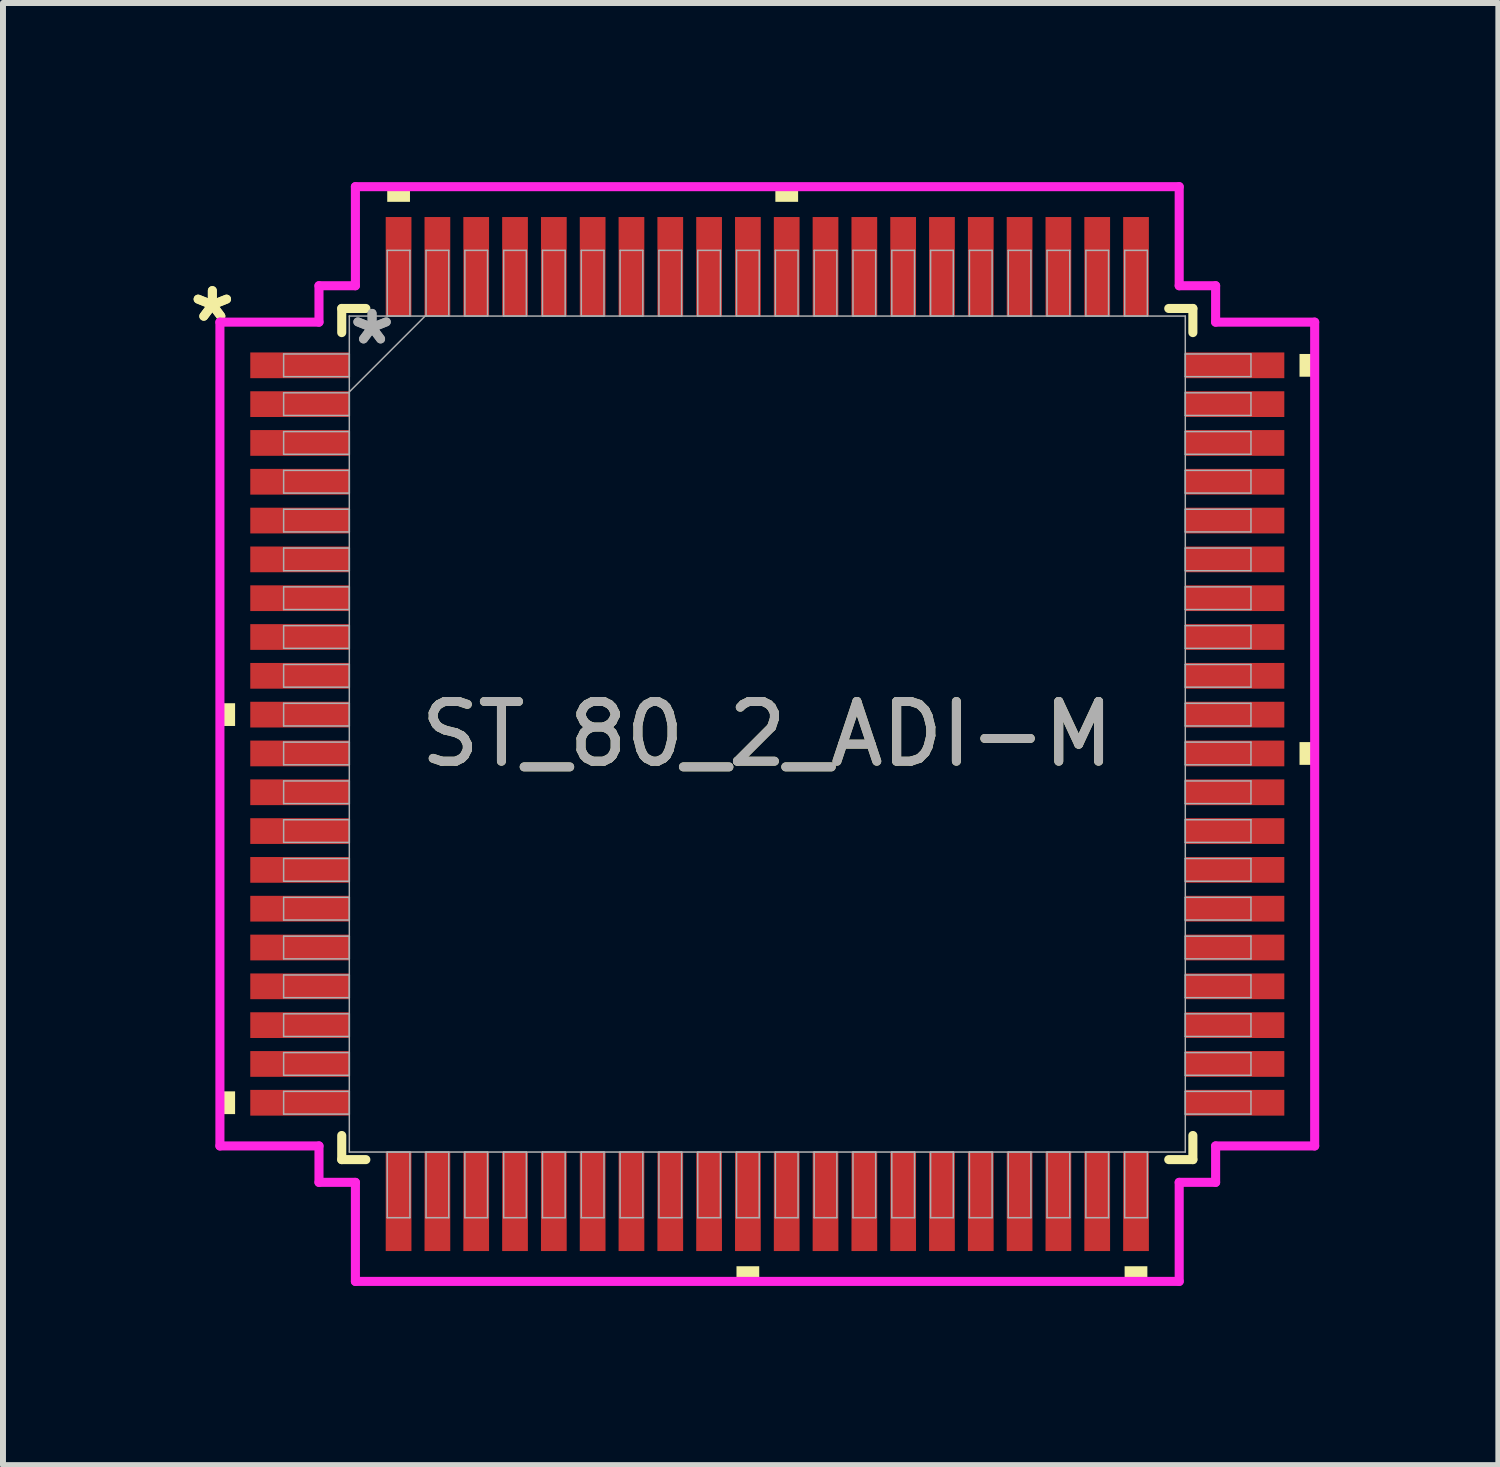
<source format=kicad_pcb>
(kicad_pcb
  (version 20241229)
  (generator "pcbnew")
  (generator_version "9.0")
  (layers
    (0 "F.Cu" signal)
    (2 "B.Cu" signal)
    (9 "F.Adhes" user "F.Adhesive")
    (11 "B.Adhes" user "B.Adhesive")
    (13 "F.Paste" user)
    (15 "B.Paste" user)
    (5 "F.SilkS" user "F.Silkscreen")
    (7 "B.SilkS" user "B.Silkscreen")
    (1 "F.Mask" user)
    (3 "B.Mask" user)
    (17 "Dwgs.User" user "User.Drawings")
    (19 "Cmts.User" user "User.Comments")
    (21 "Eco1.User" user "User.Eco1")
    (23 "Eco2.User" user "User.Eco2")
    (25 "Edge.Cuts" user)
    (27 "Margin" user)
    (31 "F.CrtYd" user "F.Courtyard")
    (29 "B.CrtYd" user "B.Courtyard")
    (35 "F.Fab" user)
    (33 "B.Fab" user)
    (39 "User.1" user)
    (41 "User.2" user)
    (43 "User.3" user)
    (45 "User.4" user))
  (footprint "ST_80_2_ADI-M"
    (layer "F.Cu")
    (at 9.8 9.243)
    (property "Reference" "ST_80_2_ADI-M" (at 0 0 0) (unlocked yes) (layer "F.SilkS") (effects (font (size 1 1) (thickness 0.15))))
    (attr smd)
    (fp_line (start -7.127 -7.127) (end -7.127 -6.723) (stroke (width 0.152) (type solid)) (layer "F.SilkS"))
    (fp_line (start -7.127 6.723) (end -7.127 7.127) (stroke (width 0.152) (type solid)) (layer "F.SilkS"))
    (fp_line (start -7.127 7.127) (end -6.723 7.127) (stroke (width 0.152) (type solid)) (layer "F.SilkS"))
    (fp_line (start -6.723 -7.127) (end -7.127 -7.127) (stroke (width 0.152) (type solid)) (layer "F.SilkS"))
    (fp_line (start 6.723 7.127) (end 7.127 7.127) (stroke (width 0.152) (type solid)) (layer "F.SilkS"))
    (fp_line (start 7.127 -7.127) (end 6.723 -7.127) (stroke (width 0.152) (type solid)) (layer "F.SilkS"))
    (fp_line (start 7.127 -6.723) (end 7.127 -7.127) (stroke (width 0.152) (type solid)) (layer "F.SilkS"))
    (fp_line (start 7.127 7.127) (end 7.127 6.723) (stroke (width 0.152) (type solid)) (layer "F.SilkS"))
    (fp_poly (pts (xy -9.167 -0.516) (xy -9.167 -0.135) (xy -8.913 -0.135) (xy -8.913 -0.516)) (stroke (width 0) (type solid)) (fill yes) (layer "F.SilkS"))
    (fp_poly (pts (xy -9.167 5.984) (xy -9.167 6.365) (xy -8.913 6.365) (xy -8.913 5.984)) (stroke (width 0) (type solid)) (fill yes) (layer "F.SilkS"))
    (fp_poly (pts (xy -6.365 -8.913) (xy -6.365 -9.167) (xy -5.984 -9.167) (xy -5.984 -8.913)) (stroke (width 0) (type solid)) (fill yes) (layer "F.SilkS"))
    (fp_poly (pts (xy -0.516 8.913) (xy -0.516 9.167) (xy -0.135 9.167) (xy -0.135 8.913)) (stroke (width 0) (type solid)) (fill yes) (layer "F.SilkS"))
    (fp_poly (pts (xy 0.135 -8.913) (xy 0.135 -9.167) (xy 0.516 -9.167) (xy 0.516 -8.913)) (stroke (width 0) (type solid)) (fill yes) (layer "F.SilkS"))
    (fp_poly (pts (xy 5.984 8.913) (xy 5.984 9.167) (xy 6.365 9.167) (xy 6.365 8.913)) (stroke (width 0) (type solid)) (fill yes) (layer "F.SilkS"))
    (fp_poly (pts (xy 9.167 -6.365) (xy 9.167 -5.984) (xy 8.913 -5.984) (xy 8.913 -6.365)) (stroke (width 0) (type solid)) (fill yes) (layer "F.SilkS"))
    (fp_poly (pts (xy 9.167 0.135) (xy 9.167 0.516) (xy 8.913 0.516) (xy 8.913 0.135)) (stroke (width 0) (type solid)) (fill yes) (layer "F.SilkS"))
    (fp_line (start -9.167 -6.898) (end -7.508 -6.898) (stroke (width 0.152) (type solid)) (layer "F.CrtYd"))
    (fp_line (start -9.167 6.898) (end -9.167 -6.898) (stroke (width 0.152) (type solid)) (layer "F.CrtYd"))
    (fp_line (start -7.508 -7.508) (end -6.898 -7.508) (stroke (width 0.152) (type solid)) (layer "F.CrtYd"))
    (fp_line (start -7.508 -6.898) (end -7.508 -7.508) (stroke (width 0.152) (type solid)) (layer "F.CrtYd"))
    (fp_line (start -7.508 6.898) (end -9.167 6.898) (stroke (width 0.152) (type solid)) (layer "F.CrtYd"))
    (fp_line (start -7.508 7.508) (end -7.508 6.898) (stroke (width 0.152) (type solid)) (layer "F.CrtYd"))
    (fp_line (start -7.508 7.508) (end -6.898 7.508) (stroke (width 0.152) (type solid)) (layer "F.CrtYd"))
    (fp_line (start -6.898 -9.167) (end 6.898 -9.167) (stroke (width 0.152) (type solid)) (layer "F.CrtYd"))
    (fp_line (start -6.898 -7.508) (end -6.898 -9.167) (stroke (width 0.152) (type solid)) (layer "F.CrtYd"))
    (fp_line (start -6.898 7.508) (end -6.898 9.167) (stroke (width 0.152) (type solid)) (layer "F.CrtYd"))
    (fp_line (start -6.898 9.167) (end 6.898 9.167) (stroke (width 0.152) (type solid)) (layer "F.CrtYd"))
    (fp_line (start 6.898 -9.167) (end 6.898 -7.508) (stroke (width 0.152) (type solid)) (layer "F.CrtYd"))
    (fp_line (start 6.898 -7.508) (end 7.508 -7.508) (stroke (width 0.152) (type solid)) (layer "F.CrtYd"))
    (fp_line (start 6.898 7.508) (end 7.508 7.508) (stroke (width 0.152) (type solid)) (layer "F.CrtYd"))
    (fp_line (start 6.898 9.167) (end 6.898 7.508) (stroke (width 0.152) (type solid)) (layer "F.CrtYd"))
    (fp_line (start 7.508 -6.898) (end 7.508 -7.508) (stroke (width 0.152) (type solid)) (layer "F.CrtYd"))
    (fp_line (start 7.508 6.898) (end 9.167 6.898) (stroke (width 0.152) (type solid)) (layer "F.CrtYd"))
    (fp_line (start 7.508 7.508) (end 7.508 6.898) (stroke (width 0.152) (type solid)) (layer "F.CrtYd"))
    (fp_line (start 9.167 -6.898) (end 7.508 -6.898) (stroke (width 0.152) (type solid)) (layer "F.CrtYd"))
    (fp_line (start 9.167 6.898) (end 9.167 -6.898) (stroke (width 0.152) (type solid)) (layer "F.CrtYd"))
    (fp_line (start -8.1 -6.365) (end -8.1 -5.985) (stroke (width 0.025) (type solid)) (layer "F.Fab"))
    (fp_line (start -8.1 -5.985) (end -7 -5.985) (stroke (width 0.025) (type solid)) (layer "F.Fab"))
    (fp_line (start -8.1 -5.715) (end -8.1 -5.335) (stroke (width 0.025) (type solid)) (layer "F.Fab"))
    (fp_line (start -8.1 -5.335) (end -7 -5.335) (stroke (width 0.025) (type solid)) (layer "F.Fab"))
    (fp_line (start -8.1 -5.065) (end -8.1 -4.685) (stroke (width 0.025) (type solid)) (layer "F.Fab"))
    (fp_line (start -8.1 -4.685) (end -7 -4.685) (stroke (width 0.025) (type solid)) (layer "F.Fab"))
    (fp_line (start -8.1 -4.415) (end -8.1 -4.035) (stroke (width 0.025) (type solid)) (layer "F.Fab"))
    (fp_line (start -8.1 -4.035) (end -7 -4.035) (stroke (width 0.025) (type solid)) (layer "F.Fab"))
    (fp_line (start -8.1 -3.765) (end -8.1 -3.385) (stroke (width 0.025) (type solid)) (layer "F.Fab"))
    (fp_line (start -8.1 -3.385) (end -7 -3.385) (stroke (width 0.025) (type solid)) (layer "F.Fab"))
    (fp_line (start -8.1 -3.115) (end -8.1 -2.735) (stroke (width 0.025) (type solid)) (layer "F.Fab"))
    (fp_line (start -8.1 -2.735) (end -7 -2.735) (stroke (width 0.025) (type solid)) (layer "F.Fab"))
    (fp_line (start -8.1 -2.465) (end -8.1 -2.085) (stroke (width 0.025) (type solid)) (layer "F.Fab"))
    (fp_line (start -8.1 -2.085) (end -7 -2.085) (stroke (width 0.025) (type solid)) (layer "F.Fab"))
    (fp_line (start -8.1 -1.815) (end -8.1 -1.435) (stroke (width 0.025) (type solid)) (layer "F.Fab"))
    (fp_line (start -8.1 -1.435) (end -7 -1.435) (stroke (width 0.025) (type solid)) (layer "F.Fab"))
    (fp_line (start -8.1 -1.165) (end -8.1 -0.785) (stroke (width 0.025) (type solid)) (layer "F.Fab"))
    (fp_line (start -8.1 -0.785) (end -7 -0.785) (stroke (width 0.025) (type solid)) (layer "F.Fab"))
    (fp_line (start -8.1 -0.515) (end -8.1 -0.135) (stroke (width 0.025) (type solid)) (layer "F.Fab"))
    (fp_line (start -8.1 -0.135) (end -7 -0.135) (stroke (width 0.025) (type solid)) (layer "F.Fab"))
    (fp_line (start -8.1 0.135) (end -8.1 0.515) (stroke (width 0.025) (type solid)) (layer "F.Fab"))
    (fp_line (start -8.1 0.515) (end -7 0.515) (stroke (width 0.025) (type solid)) (layer "F.Fab"))
    (fp_line (start -8.1 0.785) (end -8.1 1.165) (stroke (width 0.025) (type solid)) (layer "F.Fab"))
    (fp_line (start -8.1 1.165) (end -7 1.165) (stroke (width 0.025) (type solid)) (layer "F.Fab"))
    (fp_line (start -8.1 1.435) (end -8.1 1.815) (stroke (width 0.025) (type solid)) (layer "F.Fab"))
    (fp_line (start -8.1 1.815) (end -7 1.815) (stroke (width 0.025) (type solid)) (layer "F.Fab"))
    (fp_line (start -8.1 2.085) (end -8.1 2.465) (stroke (width 0.025) (type solid)) (layer "F.Fab"))
    (fp_line (start -8.1 2.465) (end -7 2.465) (stroke (width 0.025) (type solid)) (layer "F.Fab"))
    (fp_line (start -8.1 2.735) (end -8.1 3.115) (stroke (width 0.025) (type solid)) (layer "F.Fab"))
    (fp_line (start -8.1 3.115) (end -7 3.115) (stroke (width 0.025) (type solid)) (layer "F.Fab"))
    (fp_line (start -8.1 3.385) (end -8.1 3.765) (stroke (width 0.025) (type solid)) (layer "F.Fab"))
    (fp_line (start -8.1 3.765) (end -7 3.765) (stroke (width 0.025) (type solid)) (layer "F.Fab"))
    (fp_line (start -8.1 4.035) (end -8.1 4.415) (stroke (width 0.025) (type solid)) (layer "F.Fab"))
    (fp_line (start -8.1 4.415) (end -7 4.415) (stroke (width 0.025) (type solid)) (layer "F.Fab"))
    (fp_line (start -8.1 4.685) (end -8.1 5.065) (stroke (width 0.025) (type solid)) (layer "F.Fab"))
    (fp_line (start -8.1 5.065) (end -7 5.065) (stroke (width 0.025) (type solid)) (layer "F.Fab"))
    (fp_line (start -8.1 5.335) (end -8.1 5.715) (stroke (width 0.025) (type solid)) (layer "F.Fab"))
    (fp_line (start -8.1 5.715) (end -7 5.715) (stroke (width 0.025) (type solid)) (layer "F.Fab"))
    (fp_line (start -8.1 5.985) (end -8.1 6.365) (stroke (width 0.025) (type solid)) (layer "F.Fab"))
    (fp_line (start -8.1 6.365) (end -7 6.365) (stroke (width 0.025) (type solid)) (layer "F.Fab"))
    (fp_line (start -7 -7) (end -7 7) (stroke (width 0.025) (type solid)) (layer "F.Fab"))
    (fp_line (start -7 -6.365) (end -8.1 -6.365) (stroke (width 0.025) (type solid)) (layer "F.Fab"))
    (fp_line (start -7 -5.985) (end -7 -6.365) (stroke (width 0.025) (type solid)) (layer "F.Fab"))
    (fp_line (start -7 -5.73) (end -5.73 -7) (stroke (width 0.025) (type solid)) (layer "F.Fab"))
    (fp_line (start -7 -5.715) (end -8.1 -5.715) (stroke (width 0.025) (type solid)) (layer "F.Fab"))
    (fp_line (start -7 -5.335) (end -7 -5.715) (stroke (width 0.025) (type solid)) (layer "F.Fab"))
    (fp_line (start -7 -5.065) (end -8.1 -5.065) (stroke (width 0.025) (type solid)) (layer "F.Fab"))
    (fp_line (start -7 -4.685) (end -7 -5.065) (stroke (width 0.025) (type solid)) (layer "F.Fab"))
    (fp_line (start -7 -4.415) (end -8.1 -4.415) (stroke (width 0.025) (type solid)) (layer "F.Fab"))
    (fp_line (start -7 -4.035) (end -7 -4.415) (stroke (width 0.025) (type solid)) (layer "F.Fab"))
    (fp_line (start -7 -3.765) (end -8.1 -3.765) (stroke (width 0.025) (type solid)) (layer "F.Fab"))
    (fp_line (start -7 -3.385) (end -7 -3.765) (stroke (width 0.025) (type solid)) (layer "F.Fab"))
    (fp_line (start -7 -3.115) (end -8.1 -3.115) (stroke (width 0.025) (type solid)) (layer "F.Fab"))
    (fp_line (start -7 -2.735) (end -7 -3.115) (stroke (width 0.025) (type solid)) (layer "F.Fab"))
    (fp_line (start -7 -2.465) (end -8.1 -2.465) (stroke (width 0.025) (type solid)) (layer "F.Fab"))
    (fp_line (start -7 -2.085) (end -7 -2.465) (stroke (width 0.025) (type solid)) (layer "F.Fab"))
    (fp_line (start -7 -1.815) (end -8.1 -1.815) (stroke (width 0.025) (type solid)) (layer "F.Fab"))
    (fp_line (start -7 -1.435) (end -7 -1.815) (stroke (width 0.025) (type solid)) (layer "F.Fab"))
    (fp_line (start -7 -1.165) (end -8.1 -1.165) (stroke (width 0.025) (type solid)) (layer "F.Fab"))
    (fp_line (start -7 -0.785) (end -7 -1.165) (stroke (width 0.025) (type solid)) (layer "F.Fab"))
    (fp_line (start -7 -0.515) (end -8.1 -0.515) (stroke (width 0.025) (type solid)) (layer "F.Fab"))
    (fp_line (start -7 -0.135) (end -7 -0.515) (stroke (width 0.025) (type solid)) (layer "F.Fab"))
    (fp_line (start -7 0.135) (end -8.1 0.135) (stroke (width 0.025) (type solid)) (layer "F.Fab"))
    (fp_line (start -7 0.515) (end -7 0.135) (stroke (width 0.025) (type solid)) (layer "F.Fab"))
    (fp_line (start -7 0.785) (end -8.1 0.785) (stroke (width 0.025) (type solid)) (layer "F.Fab"))
    (fp_line (start -7 1.165) (end -7 0.785) (stroke (width 0.025) (type solid)) (layer "F.Fab"))
    (fp_line (start -7 1.435) (end -8.1 1.435) (stroke (width 0.025) (type solid)) (layer "F.Fab"))
    (fp_line (start -7 1.815) (end -7 1.435) (stroke (width 0.025) (type solid)) (layer "F.Fab"))
    (fp_line (start -7 2.085) (end -8.1 2.085) (stroke (width 0.025) (type solid)) (layer "F.Fab"))
    (fp_line (start -7 2.465) (end -7 2.085) (stroke (width 0.025) (type solid)) (layer "F.Fab"))
    (fp_line (start -7 2.735) (end -8.1 2.735) (stroke (width 0.025) (type solid)) (layer "F.Fab"))
    (fp_line (start -7 3.115) (end -7 2.735) (stroke (width 0.025) (type solid)) (layer "F.Fab"))
    (fp_line (start -7 3.385) (end -8.1 3.385) (stroke (width 0.025) (type solid)) (layer "F.Fab"))
    (fp_line (start -7 3.765) (end -7 3.385) (stroke (width 0.025) (type solid)) (layer "F.Fab"))
    (fp_line (start -7 4.035) (end -8.1 4.035) (stroke (width 0.025) (type solid)) (layer "F.Fab"))
    (fp_line (start -7 4.415) (end -7 4.035) (stroke (width 0.025) (type solid)) (layer "F.Fab"))
    (fp_line (start -7 4.685) (end -8.1 4.685) (stroke (width 0.025) (type solid)) (layer "F.Fab"))
    (fp_line (start -7 5.065) (end -7 4.685) (stroke (width 0.025) (type solid)) (layer "F.Fab"))
    (fp_line (start -7 5.335) (end -8.1 5.335) (stroke (width 0.025) (type solid)) (layer "F.Fab"))
    (fp_line (start -7 5.715) (end -7 5.335) (stroke (width 0.025) (type solid)) (layer "F.Fab"))
    (fp_line (start -7 5.985) (end -8.1 5.985) (stroke (width 0.025) (type solid)) (layer "F.Fab"))
    (fp_line (start -7 6.365) (end -7 5.985) (stroke (width 0.025) (type solid)) (layer "F.Fab"))
    (fp_line (start -7 7) (end 7 7) (stroke (width 0.025) (type solid)) (layer "F.Fab"))
    (fp_line (start -6.365 7) (end -6.365 8.1) (stroke (width 0.025) (type solid)) (layer "F.Fab"))
    (fp_line (start -6.365 8.1) (end -5.985 8.1) (stroke (width 0.025) (type solid)) (layer "F.Fab"))
    (fp_line (start -6.365 -8.1) (end -6.365 -7) (stroke (width 0.025) (type solid)) (layer "F.Fab"))
    (fp_line (start -6.365 -7) (end -5.985 -7) (stroke (width 0.025) (type solid)) (layer "F.Fab"))
    (fp_line (start -5.985 7) (end -6.365 7) (stroke (width 0.025) (type solid)) (layer "F.Fab"))
    (fp_line (start -5.985 8.1) (end -5.985 7) (stroke (width 0.025) (type solid)) (layer "F.Fab"))
    (fp_line (start -5.985 -8.1) (end -6.365 -8.1) (stroke (width 0.025) (type solid)) (layer "F.Fab"))
    (fp_line (start -5.985 -7) (end -5.985 -8.1) (stroke (width 0.025) (type solid)) (layer "F.Fab"))
    (fp_line (start -5.715 7) (end -5.715 8.1) (stroke (width 0.025) (type solid)) (layer "F.Fab"))
    (fp_line (start -5.715 8.1) (end -5.335 8.1) (stroke (width 0.025) (type solid)) (layer "F.Fab"))
    (fp_line (start -5.715 -8.1) (end -5.715 -7) (stroke (width 0.025) (type solid)) (layer "F.Fab"))
    (fp_line (start -5.715 -7) (end -5.335 -7) (stroke (width 0.025) (type solid)) (layer "F.Fab"))
    (fp_line (start -5.335 7) (end -5.715 7) (stroke (width 0.025) (type solid)) (layer "F.Fab"))
    (fp_line (start -5.335 8.1) (end -5.335 7) (stroke (width 0.025) (type solid)) (layer "F.Fab"))
    (fp_line (start -5.335 -8.1) (end -5.715 -8.1) (stroke (width 0.025) (type solid)) (layer "F.Fab"))
    (fp_line (start -5.335 -7) (end -5.335 -8.1) (stroke (width 0.025) (type solid)) (layer "F.Fab"))
    (fp_line (start -5.065 7) (end -5.065 8.1) (stroke (width 0.025) (type solid)) (layer "F.Fab"))
    (fp_line (start -5.065 8.1) (end -4.685 8.1) (stroke (width 0.025) (type solid)) (layer "F.Fab"))
    (fp_line (start -5.065 -8.1) (end -5.065 -7) (stroke (width 0.025) (type solid)) (layer "F.Fab"))
    (fp_line (start -5.065 -7) (end -4.685 -7) (stroke (width 0.025) (type solid)) (layer "F.Fab"))
    (fp_line (start -4.685 7) (end -5.065 7) (stroke (width 0.025) (type solid)) (layer "F.Fab"))
    (fp_line (start -4.685 8.1) (end -4.685 7) (stroke (width 0.025) (type solid)) (layer "F.Fab"))
    (fp_line (start -4.685 -8.1) (end -5.065 -8.1) (stroke (width 0.025) (type solid)) (layer "F.Fab"))
    (fp_line (start -4.685 -7) (end -4.685 -8.1) (stroke (width 0.025) (type solid)) (layer "F.Fab"))
    (fp_line (start -4.415 7) (end -4.415 8.1) (stroke (width 0.025) (type solid)) (layer "F.Fab"))
    (fp_line (start -4.415 8.1) (end -4.035 8.1) (stroke (width 0.025) (type solid)) (layer "F.Fab"))
    (fp_line (start -4.415 -8.1) (end -4.415 -7) (stroke (width 0.025) (type solid)) (layer "F.Fab"))
    (fp_line (start -4.415 -7) (end -4.035 -7) (stroke (width 0.025) (type solid)) (layer "F.Fab"))
    (fp_line (start -4.035 7) (end -4.415 7) (stroke (width 0.025) (type solid)) (layer "F.Fab"))
    (fp_line (start -4.035 8.1) (end -4.035 7) (stroke (width 0.025) (type solid)) (layer "F.Fab"))
    (fp_line (start -4.035 -8.1) (end -4.415 -8.1) (stroke (width 0.025) (type solid)) (layer "F.Fab"))
    (fp_line (start -4.035 -7) (end -4.035 -8.1) (stroke (width 0.025) (type solid)) (layer "F.Fab"))
    (fp_line (start -3.765 -8.1) (end -3.765 -7) (stroke (width 0.025) (type solid)) (layer "F.Fab"))
    (fp_line (start -3.765 -7) (end -3.385 -7) (stroke (width 0.025) (type solid)) (layer "F.Fab"))
    (fp_line (start -3.765 7) (end -3.765 8.1) (stroke (width 0.025) (type solid)) (layer "F.Fab"))
    (fp_line (start -3.765 8.1) (end -3.385 8.1) (stroke (width 0.025) (type solid)) (layer "F.Fab"))
    (fp_line (start -3.385 -8.1) (end -3.765 -8.1) (stroke (width 0.025) (type solid)) (layer "F.Fab"))
    (fp_line (start -3.385 -7) (end -3.385 -8.1) (stroke (width 0.025) (type solid)) (layer "F.Fab"))
    (fp_line (start -3.385 7) (end -3.765 7) (stroke (width 0.025) (type solid)) (layer "F.Fab"))
    (fp_line (start -3.385 8.1) (end -3.385 7) (stroke (width 0.025) (type solid)) (layer "F.Fab"))
    (fp_line (start -3.115 -8.1) (end -3.115 -7) (stroke (width 0.025) (type solid)) (layer "F.Fab"))
    (fp_line (start -3.115 -7) (end -2.735 -7) (stroke (width 0.025) (type solid)) (layer "F.Fab"))
    (fp_line (start -3.115 7) (end -3.115 8.1) (stroke (width 0.025) (type solid)) (layer "F.Fab"))
    (fp_line (start -3.115 8.1) (end -2.735 8.1) (stroke (width 0.025) (type solid)) (layer "F.Fab"))
    (fp_line (start -2.735 -8.1) (end -3.115 -8.1) (stroke (width 0.025) (type solid)) (layer "F.Fab"))
    (fp_line (start -2.735 -7) (end -2.735 -8.1) (stroke (width 0.025) (type solid)) (layer "F.Fab"))
    (fp_line (start -2.735 7) (end -3.115 7) (stroke (width 0.025) (type solid)) (layer "F.Fab"))
    (fp_line (start -2.735 8.1) (end -2.735 7) (stroke (width 0.025) (type solid)) (layer "F.Fab"))
    (fp_line (start -2.465 -8.1) (end -2.465 -7) (stroke (width 0.025) (type solid)) (layer "F.Fab"))
    (fp_line (start -2.465 -7) (end -2.085 -7) (stroke (width 0.025) (type solid)) (layer "F.Fab"))
    (fp_line (start -2.465 7) (end -2.465 8.1) (stroke (width 0.025) (type solid)) (layer "F.Fab"))
    (fp_line (start -2.465 8.1) (end -2.085 8.1) (stroke (width 0.025) (type solid)) (layer "F.Fab"))
    (fp_line (start -2.085 -8.1) (end -2.465 -8.1) (stroke (width 0.025) (type solid)) (layer "F.Fab"))
    (fp_line (start -2.085 -7) (end -2.085 -8.1) (stroke (width 0.025) (type solid)) (layer "F.Fab"))
    (fp_line (start -2.085 7) (end -2.465 7) (stroke (width 0.025) (type solid)) (layer "F.Fab"))
    (fp_line (start -2.085 8.1) (end -2.085 7) (stroke (width 0.025) (type solid)) (layer "F.Fab"))
    (fp_line (start -1.815 -8.1) (end -1.815 -7) (stroke (width 0.025) (type solid)) (layer "F.Fab"))
    (fp_line (start -1.815 -7) (end -1.435 -7) (stroke (width 0.025) (type solid)) (layer "F.Fab"))
    (fp_line (start -1.815 7) (end -1.815 8.1) (stroke (width 0.025) (type solid)) (layer "F.Fab"))
    (fp_line (start -1.815 8.1) (end -1.435 8.1) (stroke (width 0.025) (type solid)) (layer "F.Fab"))
    (fp_line (start -1.435 -8.1) (end -1.815 -8.1) (stroke (width 0.025) (type solid)) (layer "F.Fab"))
    (fp_line (start -1.435 -7) (end -1.435 -8.1) (stroke (width 0.025) (type solid)) (layer "F.Fab"))
    (fp_line (start -1.435 7) (end -1.815 7) (stroke (width 0.025) (type solid)) (layer "F.Fab"))
    (fp_line (start -1.435 8.1) (end -1.435 7) (stroke (width 0.025) (type solid)) (layer "F.Fab"))
    (fp_line (start -1.165 -8.1) (end -1.165 -7) (stroke (width 0.025) (type solid)) (layer "F.Fab"))
    (fp_line (start -1.165 -7) (end -0.785 -7) (stroke (width 0.025) (type solid)) (layer "F.Fab"))
    (fp_line (start -1.165 7) (end -1.165 8.1) (stroke (width 0.025) (type solid)) (layer "F.Fab"))
    (fp_line (start -1.165 8.1) (end -0.785 8.1) (stroke (width 0.025) (type solid)) (layer "F.Fab"))
    (fp_line (start -0.785 -8.1) (end -1.165 -8.1) (stroke (width 0.025) (type solid)) (layer "F.Fab"))
    (fp_line (start -0.785 -7) (end -0.785 -8.1) (stroke (width 0.025) (type solid)) (layer "F.Fab"))
    (fp_line (start -0.785 7) (end -1.165 7) (stroke (width 0.025) (type solid)) (layer "F.Fab"))
    (fp_line (start -0.785 8.1) (end -0.785 7) (stroke (width 0.025) (type solid)) (layer "F.Fab"))
    (fp_line (start -0.515 -8.1) (end -0.515 -7) (stroke (width 0.025) (type solid)) (layer "F.Fab"))
    (fp_line (start -0.515 -7) (end -0.135 -7) (stroke (width 0.025) (type solid)) (layer "F.Fab"))
    (fp_line (start -0.515 7) (end -0.515 8.1) (stroke (width 0.025) (type solid)) (layer "F.Fab"))
    (fp_line (start -0.515 8.1) (end -0.135 8.1) (stroke (width 0.025) (type solid)) (layer "F.Fab"))
    (fp_line (start -0.135 -8.1) (end -0.515 -8.1) (stroke (width 0.025) (type solid)) (layer "F.Fab"))
    (fp_line (start -0.135 -7) (end -0.135 -8.1) (stroke (width 0.025) (type solid)) (layer "F.Fab"))
    (fp_line (start -0.135 7) (end -0.515 7) (stroke (width 0.025) (type solid)) (layer "F.Fab"))
    (fp_line (start -0.135 8.1) (end -0.135 7) (stroke (width 0.025) (type solid)) (layer "F.Fab"))
    (fp_line (start 0.135 -8.1) (end 0.135 -7) (stroke (width 0.025) (type solid)) (layer "F.Fab"))
    (fp_line (start 0.135 -7) (end 0.515 -7) (stroke (width 0.025) (type solid)) (layer "F.Fab"))
    (fp_line (start 0.135 7) (end 0.135 8.1) (stroke (width 0.025) (type solid)) (layer "F.Fab"))
    (fp_line (start 0.135 8.1) (end 0.515 8.1) (stroke (width 0.025) (type solid)) (layer "F.Fab"))
    (fp_line (start 0.515 -8.1) (end 0.135 -8.1) (stroke (width 0.025) (type solid)) (layer "F.Fab"))
    (fp_line (start 0.515 -7) (end 0.515 -8.1) (stroke (width 0.025) (type solid)) (layer "F.Fab"))
    (fp_line (start 0.515 7) (end 0.135 7) (stroke (width 0.025) (type solid)) (layer "F.Fab"))
    (fp_line (start 0.515 8.1) (end 0.515 7) (stroke (width 0.025) (type solid)) (layer "F.Fab"))
    (fp_line (start 0.785 -8.1) (end 0.785 -7) (stroke (width 0.025) (type solid)) (layer "F.Fab"))
    (fp_line (start 0.785 -7) (end 1.165 -7) (stroke (width 0.025) (type solid)) (layer "F.Fab"))
    (fp_line (start 0.785 7) (end 0.785 8.1) (stroke (width 0.025) (type solid)) (layer "F.Fab"))
    (fp_line (start 0.785 8.1) (end 1.165 8.1) (stroke (width 0.025) (type solid)) (layer "F.Fab"))
    (fp_line (start 1.165 -8.1) (end 0.785 -8.1) (stroke (width 0.025) (type solid)) (layer "F.Fab"))
    (fp_line (start 1.165 -7) (end 1.165 -8.1) (stroke (width 0.025) (type solid)) (layer "F.Fab"))
    (fp_line (start 1.165 7) (end 0.785 7) (stroke (width 0.025) (type solid)) (layer "F.Fab"))
    (fp_line (start 1.165 8.1) (end 1.165 7) (stroke (width 0.025) (type solid)) (layer "F.Fab"))
    (fp_line (start 1.435 -8.1) (end 1.435 -7) (stroke (width 0.025) (type solid)) (layer "F.Fab"))
    (fp_line (start 1.435 -7) (end 1.815 -7) (stroke (width 0.025) (type solid)) (layer "F.Fab"))
    (fp_line (start 1.435 7) (end 1.435 8.1) (stroke (width 0.025) (type solid)) (layer "F.Fab"))
    (fp_line (start 1.435 8.1) (end 1.815 8.1) (stroke (width 0.025) (type solid)) (layer "F.Fab"))
    (fp_line (start 1.815 -8.1) (end 1.435 -8.1) (stroke (width 0.025) (type solid)) (layer "F.Fab"))
    (fp_line (start 1.815 -7) (end 1.815 -8.1) (stroke (width 0.025) (type solid)) (layer "F.Fab"))
    (fp_line (start 1.815 7) (end 1.435 7) (stroke (width 0.025) (type solid)) (layer "F.Fab"))
    (fp_line (start 1.815 8.1) (end 1.815 7) (stroke (width 0.025) (type solid)) (layer "F.Fab"))
    (fp_line (start 2.085 -8.1) (end 2.085 -7) (stroke (width 0.025) (type solid)) (layer "F.Fab"))
    (fp_line (start 2.085 -7) (end 2.465 -7) (stroke (width 0.025) (type solid)) (layer "F.Fab"))
    (fp_line (start 2.085 7) (end 2.085 8.1) (stroke (width 0.025) (type solid)) (layer "F.Fab"))
    (fp_line (start 2.085 8.1) (end 2.465 8.1) (stroke (width 0.025) (type solid)) (layer "F.Fab"))
    (fp_line (start 2.465 -8.1) (end 2.085 -8.1) (stroke (width 0.025) (type solid)) (layer "F.Fab"))
    (fp_line (start 2.465 -7) (end 2.465 -8.1) (stroke (width 0.025) (type solid)) (layer "F.Fab"))
    (fp_line (start 2.465 7) (end 2.085 7) (stroke (width 0.025) (type solid)) (layer "F.Fab"))
    (fp_line (start 2.465 8.1) (end 2.465 7) (stroke (width 0.025) (type solid)) (layer "F.Fab"))
    (fp_line (start 2.735 -8.1) (end 2.735 -7) (stroke (width 0.025) (type solid)) (layer "F.Fab"))
    (fp_line (start 2.735 -7) (end 3.115 -7) (stroke (width 0.025) (type solid)) (layer "F.Fab"))
    (fp_line (start 2.735 7) (end 2.735 8.1) (stroke (width 0.025) (type solid)) (layer "F.Fab"))
    (fp_line (start 2.735 8.1) (end 3.115 8.1) (stroke (width 0.025) (type solid)) (layer "F.Fab"))
    (fp_line (start 3.115 -8.1) (end 2.735 -8.1) (stroke (width 0.025) (type solid)) (layer "F.Fab"))
    (fp_line (start 3.115 -7) (end 3.115 -8.1) (stroke (width 0.025) (type solid)) (layer "F.Fab"))
    (fp_line (start 3.115 7) (end 2.735 7) (stroke (width 0.025) (type solid)) (layer "F.Fab"))
    (fp_line (start 3.115 8.1) (end 3.115 7) (stroke (width 0.025) (type solid)) (layer "F.Fab"))
    (fp_line (start 3.385 -8.1) (end 3.385 -7) (stroke (width 0.025) (type solid)) (layer "F.Fab"))
    (fp_line (start 3.385 -7) (end 3.765 -7) (stroke (width 0.025) (type solid)) (layer "F.Fab"))
    (fp_line (start 3.385 7) (end 3.385 8.1) (stroke (width 0.025) (type solid)) (layer "F.Fab"))
    (fp_line (start 3.385 8.1) (end 3.765 8.1) (stroke (width 0.025) (type solid)) (layer "F.Fab"))
    (fp_line (start 3.765 -8.1) (end 3.385 -8.1) (stroke (width 0.025) (type solid)) (layer "F.Fab"))
    (fp_line (start 3.765 -7) (end 3.765 -8.1) (stroke (width 0.025) (type solid)) (layer "F.Fab"))
    (fp_line (start 3.765 7) (end 3.385 7) (stroke (width 0.025) (type solid)) (layer "F.Fab"))
    (fp_line (start 3.765 8.1) (end 3.765 7) (stroke (width 0.025) (type solid)) (layer "F.Fab"))
    (fp_line (start 4.035 7) (end 4.035 8.1) (stroke (width 0.025) (type solid)) (layer "F.Fab"))
    (fp_line (start 4.035 8.1) (end 4.415 8.1) (stroke (width 0.025) (type solid)) (layer "F.Fab"))
    (fp_line (start 4.035 -8.1) (end 4.035 -7) (stroke (width 0.025) (type solid)) (layer "F.Fab"))
    (fp_line (start 4.035 -7) (end 4.415 -7) (stroke (width 0.025) (type solid)) (layer "F.Fab"))
    (fp_line (start 4.415 7) (end 4.035 7) (stroke (width 0.025) (type solid)) (layer "F.Fab"))
    (fp_line (start 4.415 8.1) (end 4.415 7) (stroke (width 0.025) (type solid)) (layer "F.Fab"))
    (fp_line (start 4.415 -8.1) (end 4.035 -8.1) (stroke (width 0.025) (type solid)) (layer "F.Fab"))
    (fp_line (start 4.415 -7) (end 4.415 -8.1) (stroke (width 0.025) (type solid)) (layer "F.Fab"))
    (fp_line (start 4.685 7) (end 4.685 8.1) (stroke (width 0.025) (type solid)) (layer "F.Fab"))
    (fp_line (start 4.685 8.1) (end 5.065 8.1) (stroke (width 0.025) (type solid)) (layer "F.Fab"))
    (fp_line (start 4.685 -8.1) (end 4.685 -7) (stroke (width 0.025) (type solid)) (layer "F.Fab"))
    (fp_line (start 4.685 -7) (end 5.065 -7) (stroke (width 0.025) (type solid)) (layer "F.Fab"))
    (fp_line (start 5.065 7) (end 4.685 7) (stroke (width 0.025) (type solid)) (layer "F.Fab"))
    (fp_line (start 5.065 8.1) (end 5.065 7) (stroke (width 0.025) (type solid)) (layer "F.Fab"))
    (fp_line (start 5.065 -8.1) (end 4.685 -8.1) (stroke (width 0.025) (type solid)) (layer "F.Fab"))
    (fp_line (start 5.065 -7) (end 5.065 -8.1) (stroke (width 0.025) (type solid)) (layer "F.Fab"))
    (fp_line (start 5.335 7) (end 5.335 8.1) (stroke (width 0.025) (type solid)) (layer "F.Fab"))
    (fp_line (start 5.335 8.1) (end 5.715 8.1) (stroke (width 0.025) (type solid)) (layer "F.Fab"))
    (fp_line (start 5.335 -8.1) (end 5.335 -7) (stroke (width 0.025) (type solid)) (layer "F.Fab"))
    (fp_line (start 5.335 -7) (end 5.715 -7) (stroke (width 0.025) (type solid)) (layer "F.Fab"))
    (fp_line (start 5.715 7) (end 5.335 7) (stroke (width 0.025) (type solid)) (layer "F.Fab"))
    (fp_line (start 5.715 8.1) (end 5.715 7) (stroke (width 0.025) (type solid)) (layer "F.Fab"))
    (fp_line (start 5.715 -8.1) (end 5.335 -8.1) (stroke (width 0.025) (type solid)) (layer "F.Fab"))
    (fp_line (start 5.715 -7) (end 5.715 -8.1) (stroke (width 0.025) (type solid)) (layer "F.Fab"))
    (fp_line (start 5.985 7) (end 5.985 8.1) (stroke (width 0.025) (type solid)) (layer "F.Fab"))
    (fp_line (start 5.985 8.1) (end 6.365 8.1) (stroke (width 0.025) (type solid)) (layer "F.Fab"))
    (fp_line (start 5.985 -8.1) (end 5.985 -7) (stroke (width 0.025) (type solid)) (layer "F.Fab"))
    (fp_line (start 5.985 -7) (end 6.365 -7) (stroke (width 0.025) (type solid)) (layer "F.Fab"))
    (fp_line (start 6.365 7) (end 5.985 7) (stroke (width 0.025) (type solid)) (layer "F.Fab"))
    (fp_line (start 6.365 8.1) (end 6.365 7) (stroke (width 0.025) (type solid)) (layer "F.Fab"))
    (fp_line (start 6.365 -8.1) (end 5.985 -8.1) (stroke (width 0.025) (type solid)) (layer "F.Fab"))
    (fp_line (start 6.365 -7) (end 6.365 -8.1) (stroke (width 0.025) (type solid)) (layer "F.Fab"))
    (fp_line (start 7 -7) (end -7 -7) (stroke (width 0.025) (type solid)) (layer "F.Fab"))
    (fp_line (start 7 -6.365) (end 7 -5.985) (stroke (width 0.025) (type solid)) (layer "F.Fab"))
    (fp_line (start 7 -5.985) (end 8.1 -5.985) (stroke (width 0.025) (type solid)) (layer "F.Fab"))
    (fp_line (start 7 -5.715) (end 7 -5.335) (stroke (width 0.025) (type solid)) (layer "F.Fab"))
    (fp_line (start 7 -5.335) (end 8.1 -5.335) (stroke (width 0.025) (type solid)) (layer "F.Fab"))
    (fp_line (start 7 -5.065) (end 7 -4.685) (stroke (width 0.025) (type solid)) (layer "F.Fab"))
    (fp_line (start 7 -4.685) (end 8.1 -4.685) (stroke (width 0.025) (type solid)) (layer "F.Fab"))
    (fp_line (start 7 -4.415) (end 7 -4.035) (stroke (width 0.025) (type solid)) (layer "F.Fab"))
    (fp_line (start 7 -4.035) (end 8.1 -4.035) (stroke (width 0.025) (type solid)) (layer "F.Fab"))
    (fp_line (start 7 -3.765) (end 7 -3.385) (stroke (width 0.025) (type solid)) (layer "F.Fab"))
    (fp_line (start 7 -3.385) (end 8.1 -3.385) (stroke (width 0.025) (type solid)) (layer "F.Fab"))
    (fp_line (start 7 -3.115) (end 7 -2.735) (stroke (width 0.025) (type solid)) (layer "F.Fab"))
    (fp_line (start 7 -2.735) (end 8.1 -2.735) (stroke (width 0.025) (type solid)) (layer "F.Fab"))
    (fp_line (start 7 -2.465) (end 7 -2.085) (stroke (width 0.025) (type solid)) (layer "F.Fab"))
    (fp_line (start 7 -2.085) (end 8.1 -2.085) (stroke (width 0.025) (type solid)) (layer "F.Fab"))
    (fp_line (start 7 -1.815) (end 7 -1.435) (stroke (width 0.025) (type solid)) (layer "F.Fab"))
    (fp_line (start 7 -1.435) (end 8.1 -1.435) (stroke (width 0.025) (type solid)) (layer "F.Fab"))
    (fp_line (start 7 -1.165) (end 7 -0.785) (stroke (width 0.025) (type solid)) (layer "F.Fab"))
    (fp_line (start 7 -0.785) (end 8.1 -0.785) (stroke (width 0.025) (type solid)) (layer "F.Fab"))
    (fp_line (start 7 -0.515) (end 7 -0.135) (stroke (width 0.025) (type solid)) (layer "F.Fab"))
    (fp_line (start 7 -0.135) (end 8.1 -0.135) (stroke (width 0.025) (type solid)) (layer "F.Fab"))
    (fp_line (start 7 0.135) (end 7 0.515) (stroke (width 0.025) (type solid)) (layer "F.Fab"))
    (fp_line (start 7 0.515) (end 8.1 0.515) (stroke (width 0.025) (type solid)) (layer "F.Fab"))
    (fp_line (start 7 0.785) (end 7 1.165) (stroke (width 0.025) (type solid)) (layer "F.Fab"))
    (fp_line (start 7 1.165) (end 8.1 1.165) (stroke (width 0.025) (type solid)) (layer "F.Fab"))
    (fp_line (start 7 1.435) (end 7 1.815) (stroke (width 0.025) (type solid)) (layer "F.Fab"))
    (fp_line (start 7 1.815) (end 8.1 1.815) (stroke (width 0.025) (type solid)) (layer "F.Fab"))
    (fp_line (start 7 2.085) (end 7 2.465) (stroke (width 0.025) (type solid)) (layer "F.Fab"))
    (fp_line (start 7 2.465) (end 8.1 2.465) (stroke (width 0.025) (type solid)) (layer "F.Fab"))
    (fp_line (start 7 2.735) (end 7 3.115) (stroke (width 0.025) (type solid)) (layer "F.Fab"))
    (fp_line (start 7 3.115) (end 8.1 3.115) (stroke (width 0.025) (type solid)) (layer "F.Fab"))
    (fp_line (start 7 3.385) (end 7 3.765) (stroke (width 0.025) (type solid)) (layer "F.Fab"))
    (fp_line (start 7 3.765) (end 8.1 3.765) (stroke (width 0.025) (type solid)) (layer "F.Fab"))
    (fp_line (start 7 4.035) (end 7 4.415) (stroke (width 0.025) (type solid)) (layer "F.Fab"))
    (fp_line (start 7 4.415) (end 8.1 4.415) (stroke (width 0.025) (type solid)) (layer "F.Fab"))
    (fp_line (start 7 4.685) (end 7 5.065) (stroke (width 0.025) (type solid)) (layer "F.Fab"))
    (fp_line (start 7 5.065) (end 8.1 5.065) (stroke (width 0.025) (type solid)) (layer "F.Fab"))
    (fp_line (start 7 5.335) (end 7 5.715) (stroke (width 0.025) (type solid)) (layer "F.Fab"))
    (fp_line (start 7 5.715) (end 8.1 5.715) (stroke (width 0.025) (type solid)) (layer "F.Fab"))
    (fp_line (start 7 5.985) (end 7 6.365) (stroke (width 0.025) (type solid)) (layer "F.Fab"))
    (fp_line (start 7 6.365) (end 8.1 6.365) (stroke (width 0.025) (type solid)) (layer "F.Fab"))
    (fp_line (start 7 7) (end 7 -7) (stroke (width 0.025) (type solid)) (layer "F.Fab"))
    (fp_line (start 8.1 -6.365) (end 7 -6.365) (stroke (width 0.025) (type solid)) (layer "F.Fab"))
    (fp_line (start 8.1 -5.985) (end 8.1 -6.365) (stroke (width 0.025) (type solid)) (layer "F.Fab"))
    (fp_line (start 8.1 -5.715) (end 7 -5.715) (stroke (width 0.025) (type solid)) (layer "F.Fab"))
    (fp_line (start 8.1 -5.335) (end 8.1 -5.715) (stroke (width 0.025) (type solid)) (layer "F.Fab"))
    (fp_line (start 8.1 -5.065) (end 7 -5.065) (stroke (width 0.025) (type solid)) (layer "F.Fab"))
    (fp_line (start 8.1 -4.685) (end 8.1 -5.065) (stroke (width 0.025) (type solid)) (layer "F.Fab"))
    (fp_line (start 8.1 -4.415) (end 7 -4.415) (stroke (width 0.025) (type solid)) (layer "F.Fab"))
    (fp_line (start 8.1 -4.035) (end 8.1 -4.415) (stroke (width 0.025) (type solid)) (layer "F.Fab"))
    (fp_line (start 8.1 -3.765) (end 7 -3.765) (stroke (width 0.025) (type solid)) (layer "F.Fab"))
    (fp_line (start 8.1 -3.385) (end 8.1 -3.765) (stroke (width 0.025) (type solid)) (layer "F.Fab"))
    (fp_line (start 8.1 -3.115) (end 7 -3.115) (stroke (width 0.025) (type solid)) (layer "F.Fab"))
    (fp_line (start 8.1 -2.735) (end 8.1 -3.115) (stroke (width 0.025) (type solid)) (layer "F.Fab"))
    (fp_line (start 8.1 -2.465) (end 7 -2.465) (stroke (width 0.025) (type solid)) (layer "F.Fab"))
    (fp_line (start 8.1 -2.085) (end 8.1 -2.465) (stroke (width 0.025) (type solid)) (layer "F.Fab"))
    (fp_line (start 8.1 -1.815) (end 7 -1.815) (stroke (width 0.025) (type solid)) (layer "F.Fab"))
    (fp_line (start 8.1 -1.435) (end 8.1 -1.815) (stroke (width 0.025) (type solid)) (layer "F.Fab"))
    (fp_line (start 8.1 -1.165) (end 7 -1.165) (stroke (width 0.025) (type solid)) (layer "F.Fab"))
    (fp_line (start 8.1 -0.785) (end 8.1 -1.165) (stroke (width 0.025) (type solid)) (layer "F.Fab"))
    (fp_line (start 8.1 -0.515) (end 7 -0.515) (stroke (width 0.025) (type solid)) (layer "F.Fab"))
    (fp_line (start 8.1 -0.135) (end 8.1 -0.515) (stroke (width 0.025) (type solid)) (layer "F.Fab"))
    (fp_line (start 8.1 0.135) (end 7 0.135) (stroke (width 0.025) (type solid)) (layer "F.Fab"))
    (fp_line (start 8.1 0.515) (end 8.1 0.135) (stroke (width 0.025) (type solid)) (layer "F.Fab"))
    (fp_line (start 8.1 0.785) (end 7 0.785) (stroke (width 0.025) (type solid)) (layer "F.Fab"))
    (fp_line (start 8.1 1.165) (end 8.1 0.785) (stroke (width 0.025) (type solid)) (layer "F.Fab"))
    (fp_line (start 8.1 1.435) (end 7 1.435) (stroke (width 0.025) (type solid)) (layer "F.Fab"))
    (fp_line (start 8.1 1.815) (end 8.1 1.435) (stroke (width 0.025) (type solid)) (layer "F.Fab"))
    (fp_line (start 8.1 2.085) (end 7 2.085) (stroke (width 0.025) (type solid)) (layer "F.Fab"))
    (fp_line (start 8.1 2.465) (end 8.1 2.085) (stroke (width 0.025) (type solid)) (layer "F.Fab"))
    (fp_line (start 8.1 2.735) (end 7 2.735) (stroke (width 0.025) (type solid)) (layer "F.Fab"))
    (fp_line (start 8.1 3.115) (end 8.1 2.735) (stroke (width 0.025) (type solid)) (layer "F.Fab"))
    (fp_line (start 8.1 3.385) (end 7 3.385) (stroke (width 0.025) (type solid)) (layer "F.Fab"))
    (fp_line (start 8.1 3.765) (end 8.1 3.385) (stroke (width 0.025) (type solid)) (layer "F.Fab"))
    (fp_line (start 8.1 4.035) (end 7 4.035) (stroke (width 0.025) (type solid)) (layer "F.Fab"))
    (fp_line (start 8.1 4.415) (end 8.1 4.035) (stroke (width 0.025) (type solid)) (layer "F.Fab"))
    (fp_line (start 8.1 4.685) (end 7 4.685) (stroke (width 0.025) (type solid)) (layer "F.Fab"))
    (fp_line (start 8.1 5.065) (end 8.1 4.685) (stroke (width 0.025) (type solid)) (layer "F.Fab"))
    (fp_line (start 8.1 5.335) (end 7 5.335) (stroke (width 0.025) (type solid)) (layer "F.Fab"))
    (fp_line (start 8.1 5.715) (end 8.1 5.335) (stroke (width 0.025) (type solid)) (layer "F.Fab"))
    (fp_line (start 8.1 5.985) (end 7 5.985) (stroke (width 0.025) (type solid)) (layer "F.Fab"))
    (fp_line (start 8.1 6.365) (end 8.1 5.985) (stroke (width 0.025) (type solid)) (layer "F.Fab"))
    (fp_text user "*" (at -9.294 -6.881 0) (layer "F.SilkS") (effects (font (size 1 1) (thickness 0.15))))
    (fp_text user "*" (at -9.294 -6.881 0) (unlocked yes) (layer "F.SilkS") (effects (font (size 1 1) (thickness 0.15))))
    (fp_text user "*" (at -6.619 -6.5 0) (layer "F.Fab") (effects (font (size 1 1) (thickness 0.15))))
    (fp_text user "*" (at -6.619 -6.5 0) (unlocked yes) (layer "F.Fab") (effects (font (size 1 1) (thickness 0.15))))
    (fp_text user "${REFERENCE}" (at 0 0 0) (unlocked yes) (layer "F.Fab") (effects (font (size 1 1) (thickness 0.15))))
    (pad "1" smd rect (at -7.829 -6.175 90) (size 0.431 1.659) (layers "F.Cu" "F.Mask" "F.Paste"))
    (pad "2" smd rect (at -7.829 -5.525 90) (size 0.431 1.659) (layers "F.Cu" "F.Mask" "F.Paste"))
    (pad "3" smd rect (at -7.829 -4.875 90) (size 0.431 1.659) (layers "F.Cu" "F.Mask" "F.Paste"))
    (pad "4" smd rect (at -7.829 -4.225 90) (size 0.431 1.659) (layers "F.Cu" "F.Mask" "F.Paste"))
    (pad "5" smd rect (at -7.829 -3.575 90) (size 0.431 1.659) (layers "F.Cu" "F.Mask" "F.Paste"))
    (pad "6" smd rect (at -7.829 -2.925 90) (size 0.431 1.659) (layers "F.Cu" "F.Mask" "F.Paste"))
    (pad "7" smd rect (at -7.829 -2.275 90) (size 0.431 1.659) (layers "F.Cu" "F.Mask" "F.Paste"))
    (pad "8" smd rect (at -7.829 -1.625 90) (size 0.431 1.659) (layers "F.Cu" "F.Mask" "F.Paste"))
    (pad "9" smd rect (at -7.829 -0.975 90) (size 0.431 1.659) (layers "F.Cu" "F.Mask" "F.Paste"))
    (pad "10" smd rect (at -7.829 -0.325 90) (size 0.431 1.659) (layers "F.Cu" "F.Mask" "F.Paste"))
    (pad "11" smd rect (at -7.829 0.325 90) (size 0.431 1.659) (layers "F.Cu" "F.Mask" "F.Paste"))
    (pad "12" smd rect (at -7.829 0.975 90) (size 0.431 1.659) (layers "F.Cu" "F.Mask" "F.Paste"))
    (pad "13" smd rect (at -7.829 1.625 90) (size 0.431 1.659) (layers "F.Cu" "F.Mask" "F.Paste"))
    (pad "14" smd rect (at -7.829 2.275 90) (size 0.431 1.659) (layers "F.Cu" "F.Mask" "F.Paste"))
    (pad "15" smd rect (at -7.829 2.925 90) (size 0.431 1.659) (layers "F.Cu" "F.Mask" "F.Paste"))
    (pad "16" smd rect (at -7.829 3.575 90) (size 0.431 1.659) (layers "F.Cu" "F.Mask" "F.Paste"))
    (pad "17" smd rect (at -7.829 4.225 90) (size 0.431 1.659) (layers "F.Cu" "F.Mask" "F.Paste"))
    (pad "18" smd rect (at -7.829 4.875 90) (size 0.431 1.659) (layers "F.Cu" "F.Mask" "F.Paste"))
    (pad "19" smd rect (at -7.829 5.525 90) (size 0.431 1.659) (layers "F.Cu" "F.Mask" "F.Paste"))
    (pad "20" smd rect (at -7.829 6.175 90) (size 0.431 1.659) (layers "F.Cu" "F.Mask" "F.Paste"))
    (pad "21" smd rect (at -6.175 7.829) (size 0.431 1.659) (layers "F.Cu" "F.Mask" "F.Paste"))
    (pad "22" smd rect (at -5.525 7.829) (size 0.431 1.659) (layers "F.Cu" "F.Mask" "F.Paste"))
    (pad "23" smd rect (at -4.875 7.829) (size 0.431 1.659) (layers "F.Cu" "F.Mask" "F.Paste"))
    (pad "24" smd rect (at -4.225 7.829) (size 0.431 1.659) (layers "F.Cu" "F.Mask" "F.Paste"))
    (pad "25" smd rect (at -3.575 7.829) (size 0.431 1.659) (layers "F.Cu" "F.Mask" "F.Paste"))
    (pad "26" smd rect (at -2.925 7.829) (size 0.431 1.659) (layers "F.Cu" "F.Mask" "F.Paste"))
    (pad "27" smd rect (at -2.275 7.829) (size 0.431 1.659) (layers "F.Cu" "F.Mask" "F.Paste"))
    (pad "28" smd rect (at -1.625 7.829) (size 0.431 1.659) (layers "F.Cu" "F.Mask" "F.Paste"))
    (pad "29" smd rect (at -0.975 7.829) (size 0.431 1.659) (layers "F.Cu" "F.Mask" "F.Paste"))
    (pad "30" smd rect (at -0.325 7.829) (size 0.431 1.659) (layers "F.Cu" "F.Mask" "F.Paste"))
    (pad "31" smd rect (at 0.325 7.829) (size 0.431 1.659) (layers "F.Cu" "F.Mask" "F.Paste"))
    (pad "32" smd rect (at 0.975 7.829) (size 0.431 1.659) (layers "F.Cu" "F.Mask" "F.Paste"))
    (pad "33" smd rect (at 1.625 7.829) (size 0.431 1.659) (layers "F.Cu" "F.Mask" "F.Paste"))
    (pad "34" smd rect (at 2.275 7.829) (size 0.431 1.659) (layers "F.Cu" "F.Mask" "F.Paste"))
    (pad "35" smd rect (at 2.925 7.829) (size 0.431 1.659) (layers "F.Cu" "F.Mask" "F.Paste"))
    (pad "36" smd rect (at 3.575 7.829) (size 0.431 1.659) (layers "F.Cu" "F.Mask" "F.Paste"))
    (pad "37" smd rect (at 4.225 7.829) (size 0.431 1.659) (layers "F.Cu" "F.Mask" "F.Paste"))
    (pad "38" smd rect (at 4.875 7.829) (size 0.431 1.659) (layers "F.Cu" "F.Mask" "F.Paste"))
    (pad "39" smd rect (at 5.525 7.829) (size 0.431 1.659) (layers "F.Cu" "F.Mask" "F.Paste"))
    (pad "40" smd rect (at 6.175 7.829) (size 0.431 1.659) (layers "F.Cu" "F.Mask" "F.Paste"))
    (pad "41" smd rect (at 7.829 6.175 90) (size 0.431 1.659) (layers "F.Cu" "F.Mask" "F.Paste"))
    (pad "42" smd rect (at 7.829 5.525 90) (size 0.431 1.659) (layers "F.Cu" "F.Mask" "F.Paste"))
    (pad "43" smd rect (at 7.829 4.875 90) (size 0.431 1.659) (layers "F.Cu" "F.Mask" "F.Paste"))
    (pad "44" smd rect (at 7.829 4.225 90) (size 0.431 1.659) (layers "F.Cu" "F.Mask" "F.Paste"))
    (pad "45" smd rect (at 7.829 3.575 90) (size 0.431 1.659) (layers "F.Cu" "F.Mask" "F.Paste"))
    (pad "46" smd rect (at 7.829 2.925 90) (size 0.431 1.659) (layers "F.Cu" "F.Mask" "F.Paste"))
    (pad "47" smd rect (at 7.829 2.275 90) (size 0.431 1.659) (layers "F.Cu" "F.Mask" "F.Paste"))
    (pad "48" smd rect (at 7.829 1.625 90) (size 0.431 1.659) (layers "F.Cu" "F.Mask" "F.Paste"))
    (pad "49" smd rect (at 7.829 0.975 90) (size 0.431 1.659) (layers "F.Cu" "F.Mask" "F.Paste"))
    (pad "50" smd rect (at 7.829 0.325 90) (size 0.431 1.659) (layers "F.Cu" "F.Mask" "F.Paste"))
    (pad "51" smd rect (at 7.829 -0.325 90) (size 0.431 1.659) (layers "F.Cu" "F.Mask" "F.Paste"))
    (pad "52" smd rect (at 7.829 -0.975 90) (size 0.431 1.659) (layers "F.Cu" "F.Mask" "F.Paste"))
    (pad "53" smd rect (at 7.829 -1.625 90) (size 0.431 1.659) (layers "F.Cu" "F.Mask" "F.Paste"))
    (pad "54" smd rect (at 7.829 -2.275 90) (size 0.431 1.659) (layers "F.Cu" "F.Mask" "F.Paste"))
    (pad "55" smd rect (at 7.829 -2.925 90) (size 0.431 1.659) (layers "F.Cu" "F.Mask" "F.Paste"))
    (pad "56" smd rect (at 7.829 -3.575 90) (size 0.431 1.659) (layers "F.Cu" "F.Mask" "F.Paste"))
    (pad "57" smd rect (at 7.829 -4.225 90) (size 0.431 1.659) (layers "F.Cu" "F.Mask" "F.Paste"))
    (pad "58" smd rect (at 7.829 -4.875 90) (size 0.431 1.659) (layers "F.Cu" "F.Mask" "F.Paste"))
    (pad "59" smd rect (at 7.829 -5.525 90) (size 0.431 1.659) (layers "F.Cu" "F.Mask" "F.Paste"))
    (pad "60" smd rect (at 7.829 -6.175 90) (size 0.431 1.659) (layers "F.Cu" "F.Mask" "F.Paste"))
    (pad "61" smd rect (at 6.175 -7.829) (size 0.431 1.659) (layers "F.Cu" "F.Mask" "F.Paste"))
    (pad "62" smd rect (at 5.525 -7.829) (size 0.431 1.659) (layers "F.Cu" "F.Mask" "F.Paste"))
    (pad "63" smd rect (at 4.875 -7.829) (size 0.431 1.659) (layers "F.Cu" "F.Mask" "F.Paste"))
    (pad "64" smd rect (at 4.225 -7.829) (size 0.431 1.659) (layers "F.Cu" "F.Mask" "F.Paste"))
    (pad "65" smd rect (at 3.575 -7.829) (size 0.431 1.659) (layers "F.Cu" "F.Mask" "F.Paste"))
    (pad "66" smd rect (at 2.925 -7.829) (size 0.431 1.659) (layers "F.Cu" "F.Mask" "F.Paste"))
    (pad "67" smd rect (at 2.275 -7.829) (size 0.431 1.659) (layers "F.Cu" "F.Mask" "F.Paste"))
    (pad "68" smd rect (at 1.625 -7.829) (size 0.431 1.659) (layers "F.Cu" "F.Mask" "F.Paste"))
    (pad "69" smd rect (at 0.975 -7.829) (size 0.431 1.659) (layers "F.Cu" "F.Mask" "F.Paste"))
    (pad "70" smd rect (at 0.325 -7.829) (size 0.431 1.659) (layers "F.Cu" "F.Mask" "F.Paste"))
    (pad "71" smd rect (at -0.325 -7.829) (size 0.431 1.659) (layers "F.Cu" "F.Mask" "F.Paste"))
    (pad "72" smd rect (at -0.975 -7.829) (size 0.431 1.659) (layers "F.Cu" "F.Mask" "F.Paste"))
    (pad "73" smd rect (at -1.625 -7.829) (size 0.431 1.659) (layers "F.Cu" "F.Mask" "F.Paste"))
    (pad "74" smd rect (at -2.275 -7.829) (size 0.431 1.659) (layers "F.Cu" "F.Mask" "F.Paste"))
    (pad "75" smd rect (at -2.925 -7.829) (size 0.431 1.659) (layers "F.Cu" "F.Mask" "F.Paste"))
    (pad "76" smd rect (at -3.575 -7.829) (size 0.431 1.659) (layers "F.Cu" "F.Mask" "F.Paste"))
    (pad "77" smd rect (at -4.225 -7.829) (size 0.431 1.659) (layers "F.Cu" "F.Mask" "F.Paste"))
    (pad "78" smd rect (at -4.875 -7.829) (size 0.431 1.659) (layers "F.Cu" "F.Mask" "F.Paste"))
    (pad "79" smd rect (at -5.525 -7.829) (size 0.431 1.659) (layers "F.Cu" "F.Mask" "F.Paste"))
    (pad "80" smd rect (at -6.175 -7.829) (size 0.431 1.659) (layers "F.Cu" "F.Mask" "F.Paste")))
  (gr_rect
    (start -3 -3)
    (end 22.043 21.486)
    (stroke (width 0.1) (type default))
    (fill no)
    (layer "Edge.Cuts")))
</source>
